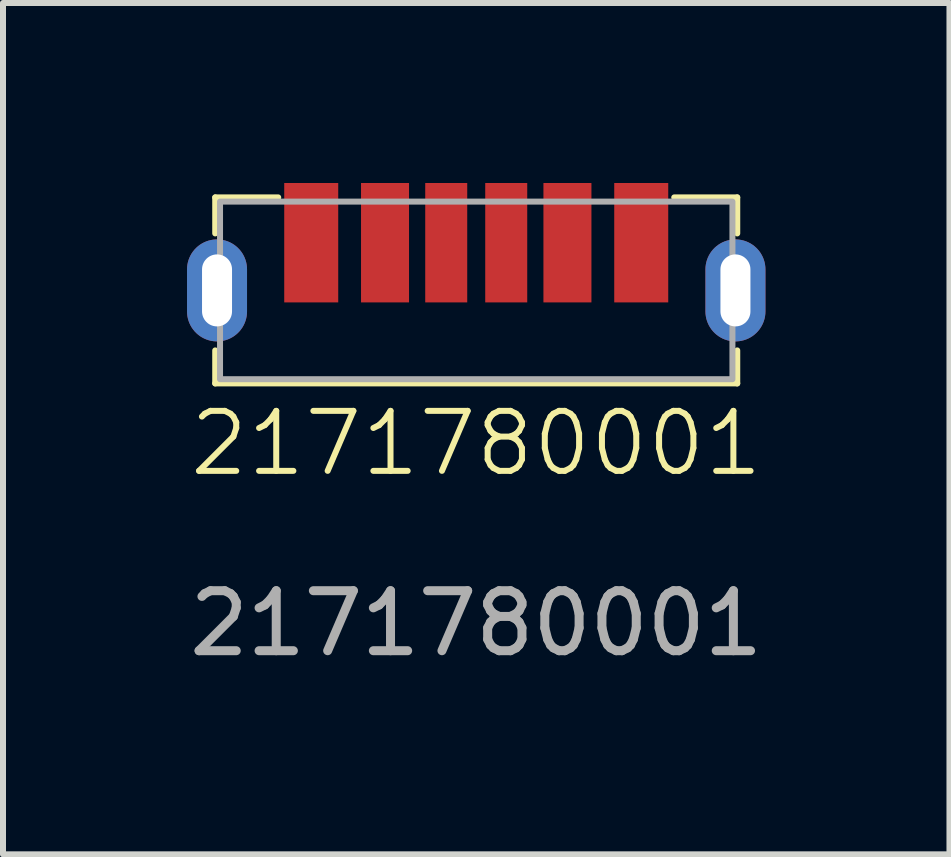
<source format=kicad_pcb>
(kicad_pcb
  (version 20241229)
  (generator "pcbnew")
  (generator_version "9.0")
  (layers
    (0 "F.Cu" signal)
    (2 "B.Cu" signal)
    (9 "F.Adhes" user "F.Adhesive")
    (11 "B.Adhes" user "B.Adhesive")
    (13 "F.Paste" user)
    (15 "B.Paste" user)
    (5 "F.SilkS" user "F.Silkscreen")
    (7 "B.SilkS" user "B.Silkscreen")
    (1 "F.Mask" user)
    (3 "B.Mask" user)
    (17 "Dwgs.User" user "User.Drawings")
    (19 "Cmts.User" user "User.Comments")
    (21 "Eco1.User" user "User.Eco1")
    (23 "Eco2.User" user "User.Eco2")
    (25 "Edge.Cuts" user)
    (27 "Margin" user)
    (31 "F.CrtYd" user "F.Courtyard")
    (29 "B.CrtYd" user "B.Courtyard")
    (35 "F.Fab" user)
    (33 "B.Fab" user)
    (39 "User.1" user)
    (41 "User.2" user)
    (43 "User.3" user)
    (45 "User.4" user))
  (footprint "2171780001"
    (layer "F.Cu")
    (at 4.887 1.79)
    (property "Reference" "2171780001" (at 0 2.55 0) (unlocked yes) (layer "F.SilkS") (effects (font (size 1 1) (thickness 0.1))))
    (attr smd)
    (fp_line (start -4.35 -1.55) (end -4.35 -0.95) (stroke (width 0.1) (type default)) (layer "F.SilkS"))
    (fp_line (start -4.35 -1.55) (end -3.3 -1.55) (stroke (width 0.1) (type default)) (layer "F.SilkS"))
    (fp_line (start -4.35 1) (end -4.35 1.55) (stroke (width 0.1) (type default)) (layer "F.SilkS"))
    (fp_line (start -4.35 1.55) (end 4.35 1.55) (stroke (width 0.1) (type default)) (layer "F.SilkS"))
    (fp_line (start 4.35 -1.55) (end 3.3 -1.55) (stroke (width 0.1) (type default)) (layer "F.SilkS"))
    (fp_line (start 4.35 -1.55) (end 4.35 -0.95) (stroke (width 0.1) (type default)) (layer "F.SilkS"))
    (fp_line (start 4.35 1.55) (end 4.35 1) (stroke (width 0.1) (type default)) (layer "F.SilkS"))
    (fp_rect (start -4.27 -1.48) (end 4.27 1.48) (stroke (width 0.1) (type default)) (fill no) (layer "F.Fab"))
    (fp_text user "${REFERENCE}" (at 0 5.55 0) (unlocked yes) (layer "F.Fab") (effects (font (size 1 1) (thickness 0.15))))
    (pad "A5" smd rect (at 0.5 -0.795) (size 0.7 1.99) (layers "F.Cu" "F.Mask" "F.Paste"))
    (pad "A9" smd rect (at -1.52 -0.795) (size 0.8 1.99) (layers "F.Cu" "F.Mask" "F.Paste"))
    (pad "A12" smd rect (at -2.75 -0.795) (size 0.9 1.99) (layers "F.Cu" "F.Mask" "F.Paste"))
    (pad "B5" smd rect (at -0.5 -0.795) (size 0.7 1.99) (layers "F.Cu" "F.Mask" "F.Paste"))
    (pad "B9" smd rect (at 1.52 -0.795) (size 0.8 1.99) (layers "F.Cu" "F.Mask" "F.Paste"))
    (pad "B12" smd rect (at 2.75 -0.795) (size 0.9 1.99) (layers "F.Cu" "F.Mask" "F.Paste"))
    (pad "S1" thru_hole oval (at -4.32 0) (size 1 1.7) (drill oval 0.5 1.2) (layers "*.Cu" "*.Mask"))
    (pad "S1" thru_hole oval (at 4.32 0) (size 1 1.7) (drill oval 0.5 1.2) (layers "*.Cu" "*.Mask")))
  (gr_rect
    (start -3 -3)
    (end 12.774 11.188)
    (stroke (width 0.1) (type default))
    (fill no)
    (layer "Edge.Cuts")))
</source>
